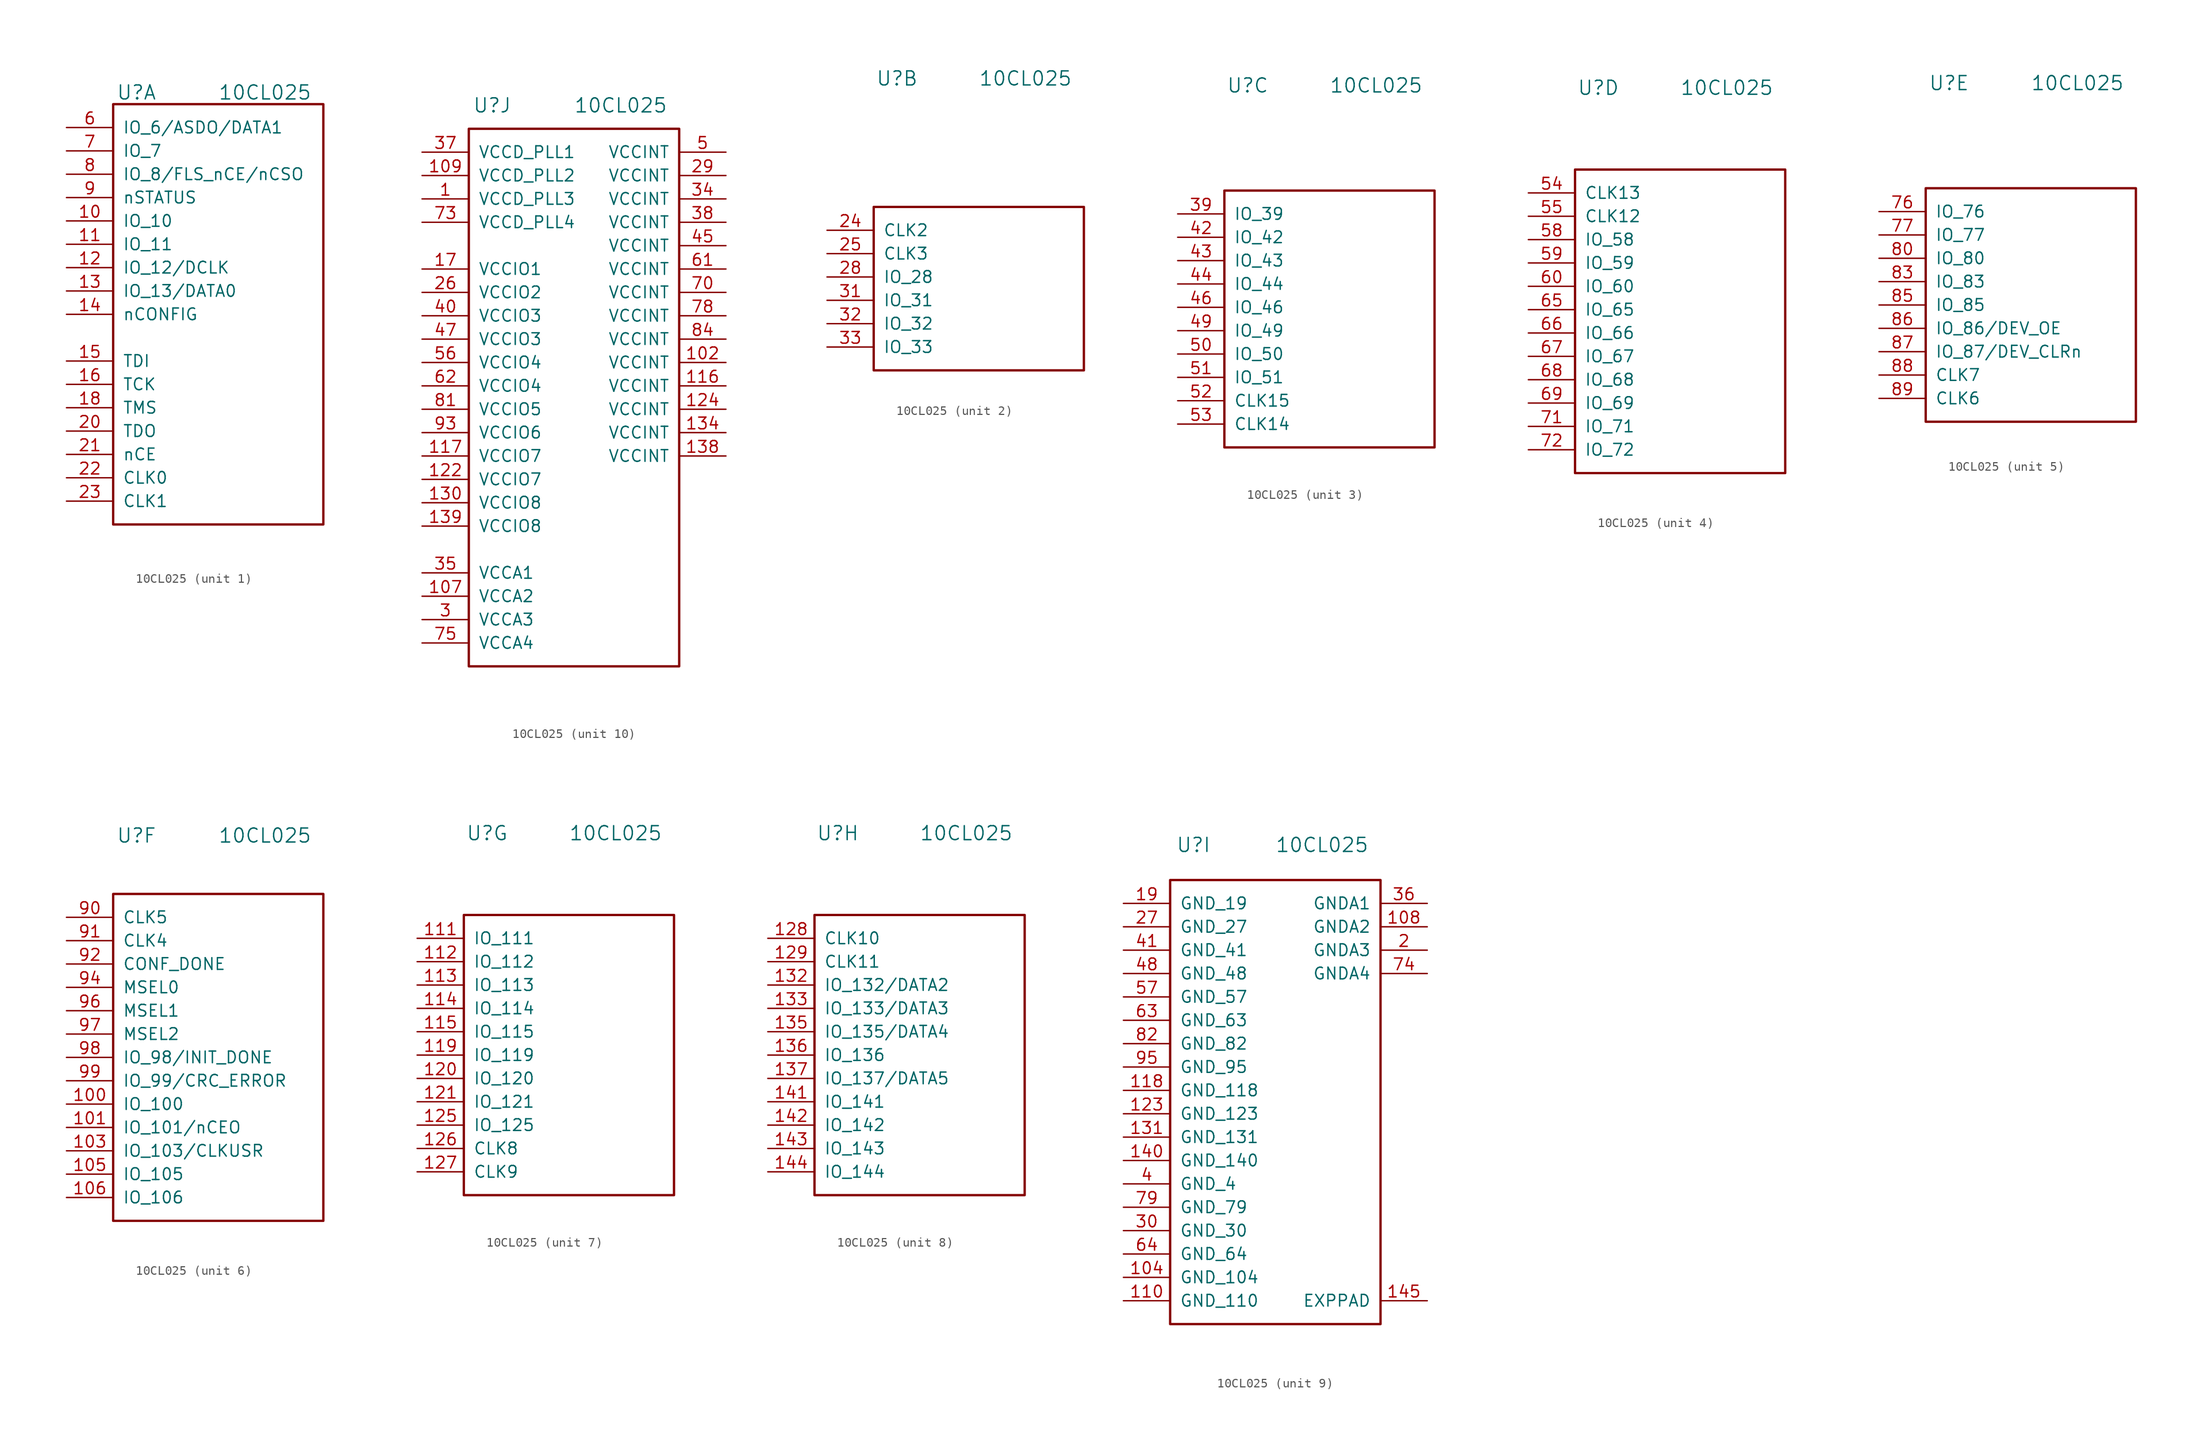
<source format=kicad_sym>
(kicad_symbol_lib
  (version 20211014)
  (generator kicad_symbol_editor)
  (symbol "10CL025"
    (pin_names
      (offset 1.016))
    (property "Reference" "U"
      (at -8.89 24.13 0)
      (effects (font (size 1.524 1.524))))
    (property "Value" "10CL025"
      (at 5.08 24.13 0)
      (effects (font (size 1.524 1.524))))
    (property "ki_locked" ""
      (at 0 0 0)
      (effects (font (size 1.27 1.27))))
    (symbol "10CL025_1_1"
      (rectangle (start -11.43 22.86) (end 11.43 -22.86) (stroke (width 0.254) (type default) (color 0 0 0 0)) (fill (type none)))
      (pin bidirectional line (at -16.51 10.16 0) (length 5.08) (name "IO_10" (effects (font (size 1.27 1.27)))) (number "10" (effects (font (size 1.27 1.27)))))
      (pin bidirectional line (at -16.51 7.62 0) (length 5.08) (name "IO_11" (effects (font (size 1.27 1.27)))) (number "11" (effects (font (size 1.27 1.27)))))
      (pin bidirectional line (at -16.51 5.08 0) (length 5.08) (name "IO_12/DCLK" (effects (font (size 1.27 1.27)))) (number "12" (effects (font (size 1.27 1.27)))))
      (pin bidirectional line (at -16.51 2.54 0) (length 5.08) (name "IO_13/DATA0" (effects (font (size 1.27 1.27)))) (number "13" (effects (font (size 1.27 1.27)))))
      (pin bidirectional line (at -16.51 0 0) (length 5.08) (name "nCONFIG" (effects (font (size 1.27 1.27)))) (number "14" (effects (font (size 1.27 1.27)))))
      (pin bidirectional line (at -16.51 -5.08 0) (length 5.08) (name "TDI" (effects (font (size 1.27 1.27)))) (number "15" (effects (font (size 1.27 1.27)))))
      (pin bidirectional line (at -16.51 -7.62 0) (length 5.08) (name "TCK" (effects (font (size 1.27 1.27)))) (number "16" (effects (font (size 1.27 1.27)))))
      (pin bidirectional line (at -16.51 -10.16 0) (length 5.08) (name "TMS" (effects (font (size 1.27 1.27)))) (number "18" (effects (font (size 1.27 1.27)))))
      (pin bidirectional line (at -16.51 -12.7 0) (length 5.08) (name "TDO" (effects (font (size 1.27 1.27)))) (number "20" (effects (font (size 1.27 1.27)))))
      (pin bidirectional line (at -16.51 -15.24 0) (length 5.08) (name "nCE" (effects (font (size 1.27 1.27)))) (number "21" (effects (font (size 1.27 1.27)))))
      (pin bidirectional line (at -16.51 -17.78 0) (length 5.08) (name "CLK0" (effects (font (size 1.27 1.27)))) (number "22" (effects (font (size 1.27 1.27)))))
      (pin bidirectional line (at -16.51 -20.32 0) (length 5.08) (name "CLK1" (effects (font (size 1.27 1.27)))) (number "23" (effects (font (size 1.27 1.27)))))
      (pin bidirectional line (at -16.51 20.32 0) (length 5.08) (name "IO_6/ASDO/DATA1" (effects (font (size 1.27 1.27)))) (number "6" (effects (font (size 1.27 1.27)))))
      (pin bidirectional line (at -16.51 17.78 0) (length 5.08) (name "IO_7" (effects (font (size 1.27 1.27)))) (number "7" (effects (font (size 1.27 1.27)))))
      (pin bidirectional line (at -16.51 15.24 0) (length 5.08) (name "IO_8/FLS_nCE/nCSO" (effects (font (size 1.27 1.27)))) (number "8" (effects (font (size 1.27 1.27)))))
      (pin bidirectional line (at -16.51 12.7 0) (length 5.08) (name "nSTATUS" (effects (font (size 1.27 1.27)))) (number "9" (effects (font (size 1.27 1.27))))))
    (symbol "10CL025_2_1"
      (rectangle (start -11.43 10.16) (end 11.43 -7.62) (stroke (width 0.254) (type default) (color 0 0 0 0)) (fill (type none)))
      (pin bidirectional line (at -16.51 7.62 0) (length 5.08) (name "CLK2" (effects (font (size 1.27 1.27)))) (number "24" (effects (font (size 1.27 1.27)))))
      (pin bidirectional line (at -16.51 5.08 0) (length 5.08) (name "CLK3" (effects (font (size 1.27 1.27)))) (number "25" (effects (font (size 1.27 1.27)))))
      (pin bidirectional line (at -16.51 2.54 0) (length 5.08) (name "IO_28" (effects (font (size 1.27 1.27)))) (number "28" (effects (font (size 1.27 1.27)))))
      (pin bidirectional line (at -16.51 0 0) (length 5.08) (name "IO_31" (effects (font (size 1.27 1.27)))) (number "31" (effects (font (size 1.27 1.27)))))
      (pin bidirectional line (at -16.51 -2.54 0) (length 5.08) (name "IO_32" (effects (font (size 1.27 1.27)))) (number "32" (effects (font (size 1.27 1.27)))))
      (pin bidirectional line (at -16.51 -5.08 0) (length 5.08) (name "IO_33" (effects (font (size 1.27 1.27)))) (number "33" (effects (font (size 1.27 1.27))))))
    (symbol "10CL025_3_1"
      (rectangle (start -11.43 12.7) (end 11.43 -15.24) (stroke (width 0.254) (type default) (color 0 0 0 0)) (fill (type none)))
      (pin bidirectional line (at -16.51 10.16 0) (length 5.08) (name "IO_39" (effects (font (size 1.27 1.27)))) (number "39" (effects (font (size 1.27 1.27)))))
      (pin bidirectional line (at -16.51 7.62 0) (length 5.08) (name "IO_42" (effects (font (size 1.27 1.27)))) (number "42" (effects (font (size 1.27 1.27)))))
      (pin bidirectional line (at -16.51 5.08 0) (length 5.08) (name "IO_43" (effects (font (size 1.27 1.27)))) (number "43" (effects (font (size 1.27 1.27)))))
      (pin bidirectional line (at -16.51 2.54 0) (length 5.08) (name "IO_44" (effects (font (size 1.27 1.27)))) (number "44" (effects (font (size 1.27 1.27)))))
      (pin bidirectional line (at -16.51 0 0) (length 5.08) (name "IO_46" (effects (font (size 1.27 1.27)))) (number "46" (effects (font (size 1.27 1.27)))))
      (pin bidirectional line (at -16.51 -2.54 0) (length 5.08) (name "IO_49" (effects (font (size 1.27 1.27)))) (number "49" (effects (font (size 1.27 1.27)))))
      (pin bidirectional line (at -16.51 -5.08 0) (length 5.08) (name "IO_50" (effects (font (size 1.27 1.27)))) (number "50" (effects (font (size 1.27 1.27)))))
      (pin bidirectional line (at -16.51 -7.62 0) (length 5.08) (name "IO_51" (effects (font (size 1.27 1.27)))) (number "51" (effects (font (size 1.27 1.27)))))
      (pin bidirectional line (at -16.51 -10.16 0) (length 5.08) (name "CLK15" (effects (font (size 1.27 1.27)))) (number "52" (effects (font (size 1.27 1.27)))))
      (pin bidirectional line (at -16.51 -12.7 0) (length 5.08) (name "CLK14" (effects (font (size 1.27 1.27)))) (number "53" (effects (font (size 1.27 1.27))))))
    (symbol "10CL025_4_1"
      (rectangle (start -11.43 15.24) (end 11.43 -17.78) (stroke (width 0.254) (type default) (color 0 0 0 0)) (fill (type none)))
      (pin bidirectional line (at -16.51 12.7 0) (length 5.08) (name "CLK13" (effects (font (size 1.27 1.27)))) (number "54" (effects (font (size 1.27 1.27)))))
      (pin bidirectional line (at -16.51 10.16 0) (length 5.08) (name "CLK12" (effects (font (size 1.27 1.27)))) (number "55" (effects (font (size 1.27 1.27)))))
      (pin bidirectional line (at -16.51 7.62 0) (length 5.08) (name "IO_58" (effects (font (size 1.27 1.27)))) (number "58" (effects (font (size 1.27 1.27)))))
      (pin bidirectional line (at -16.51 5.08 0) (length 5.08) (name "IO_59" (effects (font (size 1.27 1.27)))) (number "59" (effects (font (size 1.27 1.27)))))
      (pin bidirectional line (at -16.51 2.54 0) (length 5.08) (name "IO_60" (effects (font (size 1.27 1.27)))) (number "60" (effects (font (size 1.27 1.27)))))
      (pin bidirectional line (at -16.51 0 0) (length 5.08) (name "IO_65" (effects (font (size 1.27 1.27)))) (number "65" (effects (font (size 1.27 1.27)))))
      (pin bidirectional line (at -16.51 -2.54 0) (length 5.08) (name "IO_66" (effects (font (size 1.27 1.27)))) (number "66" (effects (font (size 1.27 1.27)))))
      (pin bidirectional line (at -16.51 -5.08 0) (length 5.08) (name "IO_67" (effects (font (size 1.27 1.27)))) (number "67" (effects (font (size 1.27 1.27)))))
      (pin bidirectional line (at -16.51 -7.62 0) (length 5.08) (name "IO_68" (effects (font (size 1.27 1.27)))) (number "68" (effects (font (size 1.27 1.27)))))
      (pin bidirectional line (at -16.51 -10.16 0) (length 5.08) (name "IO_69" (effects (font (size 1.27 1.27)))) (number "69" (effects (font (size 1.27 1.27)))))
      (pin bidirectional line (at -16.51 -12.7 0) (length 5.08) (name "IO_71" (effects (font (size 1.27 1.27)))) (number "71" (effects (font (size 1.27 1.27)))))
      (pin bidirectional line (at -16.51 -15.24 0) (length 5.08) (name "IO_72" (effects (font (size 1.27 1.27)))) (number "72" (effects (font (size 1.27 1.27))))))
    (symbol "10CL025_5_1"
      (rectangle (start -11.43 12.7) (end 11.43 -12.7) (stroke (width 0.254) (type default) (color 0 0 0 0)) (fill (type none)))
      (pin bidirectional line (at -16.51 10.16 0) (length 5.08) (name "IO_76" (effects (font (size 1.27 1.27)))) (number "76" (effects (font (size 1.27 1.27)))))
      (pin bidirectional line (at -16.51 7.62 0) (length 5.08) (name "IO_77" (effects (font (size 1.27 1.27)))) (number "77" (effects (font (size 1.27 1.27)))))
      (pin bidirectional line (at -16.51 5.08 0) (length 5.08) (name "IO_80" (effects (font (size 1.27 1.27)))) (number "80" (effects (font (size 1.27 1.27)))))
      (pin bidirectional line (at -16.51 2.54 0) (length 5.08) (name "IO_83" (effects (font (size 1.27 1.27)))) (number "83" (effects (font (size 1.27 1.27)))))
      (pin bidirectional line (at -16.51 0 0) (length 5.08) (name "IO_85" (effects (font (size 1.27 1.27)))) (number "85" (effects (font (size 1.27 1.27)))))
      (pin bidirectional line (at -16.51 -2.54 0) (length 5.08) (name "IO_86/DEV_OE" (effects (font (size 1.27 1.27)))) (number "86" (effects (font (size 1.27 1.27)))))
      (pin bidirectional line (at -16.51 -5.08 0) (length 5.08) (name "IO_87/DEV_CLRn" (effects (font (size 1.27 1.27)))) (number "87" (effects (font (size 1.27 1.27)))))
      (pin bidirectional line (at -16.51 -7.62 0) (length 5.08) (name "CLK7" (effects (font (size 1.27 1.27)))) (number "88" (effects (font (size 1.27 1.27)))))
      (pin bidirectional line (at -16.51 -10.16 0) (length 5.08) (name "CLK6" (effects (font (size 1.27 1.27)))) (number "89" (effects (font (size 1.27 1.27))))))
    (symbol "10CL025_6_1"
      (rectangle (start -11.43 17.78) (end 11.43 -17.78) (stroke (width 0.254) (type default) (color 0 0 0 0)) (fill (type none)))
      (pin bidirectional line (at -16.51 -5.08 0) (length 5.08) (name "IO_100" (effects (font (size 1.27 1.27)))) (number "100" (effects (font (size 1.27 1.27)))))
      (pin bidirectional line (at -16.51 -7.62 0) (length 5.08) (name "IO_101/nCEO" (effects (font (size 1.27 1.27)))) (number "101" (effects (font (size 1.27 1.27)))))
      (pin bidirectional line (at -16.51 -10.16 0) (length 5.08) (name "IO_103/CLKUSR" (effects (font (size 1.27 1.27)))) (number "103" (effects (font (size 1.27 1.27)))))
      (pin bidirectional line (at -16.51 -12.7 0) (length 5.08) (name "IO_105" (effects (font (size 1.27 1.27)))) (number "105" (effects (font (size 1.27 1.27)))))
      (pin bidirectional line (at -16.51 -15.24 0) (length 5.08) (name "IO_106" (effects (font (size 1.27 1.27)))) (number "106" (effects (font (size 1.27 1.27)))))
      (pin bidirectional line (at -16.51 15.24 0) (length 5.08) (name "CLK5" (effects (font (size 1.27 1.27)))) (number "90" (effects (font (size 1.27 1.27)))))
      (pin bidirectional line (at -16.51 12.7 0) (length 5.08) (name "CLK4" (effects (font (size 1.27 1.27)))) (number "91" (effects (font (size 1.27 1.27)))))
      (pin bidirectional line (at -16.51 10.16 0) (length 5.08) (name "CONF_DONE" (effects (font (size 1.27 1.27)))) (number "92" (effects (font (size 1.27 1.27)))))
      (pin bidirectional line (at -16.51 7.62 0) (length 5.08) (name "MSEL0" (effects (font (size 1.27 1.27)))) (number "94" (effects (font (size 1.27 1.27)))))
      (pin bidirectional line (at -16.51 5.08 0) (length 5.08) (name "MSEL1" (effects (font (size 1.27 1.27)))) (number "96" (effects (font (size 1.27 1.27)))))
      (pin bidirectional line (at -16.51 2.54 0) (length 5.08) (name "MSEL2" (effects (font (size 1.27 1.27)))) (number "97" (effects (font (size 1.27 1.27)))))
      (pin bidirectional line (at -16.51 0 0) (length 5.08) (name "IO_98/INIT_DONE" (effects (font (size 1.27 1.27)))) (number "98" (effects (font (size 1.27 1.27)))))
      (pin bidirectional line (at -16.51 -2.54 0) (length 5.08) (name "IO_99/CRC_ERROR" (effects (font (size 1.27 1.27)))) (number "99" (effects (font (size 1.27 1.27))))))
    (symbol "10CL025_7_1"
      (rectangle (start -11.43 15.24) (end 11.43 -15.24) (stroke (width 0.254) (type default) (color 0 0 0 0)) (fill (type none)))
      (pin bidirectional line (at -16.51 12.7 0) (length 5.08) (name "IO_111" (effects (font (size 1.27 1.27)))) (number "111" (effects (font (size 1.27 1.27)))))
      (pin bidirectional line (at -16.51 10.16 0) (length 5.08) (name "IO_112" (effects (font (size 1.27 1.27)))) (number "112" (effects (font (size 1.27 1.27)))))
      (pin bidirectional line (at -16.51 7.62 0) (length 5.08) (name "IO_113" (effects (font (size 1.27 1.27)))) (number "113" (effects (font (size 1.27 1.27)))))
      (pin bidirectional line (at -16.51 5.08 0) (length 5.08) (name "IO_114" (effects (font (size 1.27 1.27)))) (number "114" (effects (font (size 1.27 1.27)))))
      (pin bidirectional line (at -16.51 2.54 0) (length 5.08) (name "IO_115" (effects (font (size 1.27 1.27)))) (number "115" (effects (font (size 1.27 1.27)))))
      (pin bidirectional line (at -16.51 0 0) (length 5.08) (name "IO_119" (effects (font (size 1.27 1.27)))) (number "119" (effects (font (size 1.27 1.27)))))
      (pin bidirectional line (at -16.51 -2.54 0) (length 5.08) (name "IO_120" (effects (font (size 1.27 1.27)))) (number "120" (effects (font (size 1.27 1.27)))))
      (pin bidirectional line (at -16.51 -5.08 0) (length 5.08) (name "IO_121" (effects (font (size 1.27 1.27)))) (number "121" (effects (font (size 1.27 1.27)))))
      (pin bidirectional line (at -16.51 -7.62 0) (length 5.08) (name "IO_125" (effects (font (size 1.27 1.27)))) (number "125" (effects (font (size 1.27 1.27)))))
      (pin bidirectional line (at -16.51 -10.16 0) (length 5.08) (name "CLK8" (effects (font (size 1.27 1.27)))) (number "126" (effects (font (size 1.27 1.27)))))
      (pin bidirectional line (at -16.51 -12.7 0) (length 5.08) (name "CLK9" (effects (font (size 1.27 1.27)))) (number "127" (effects (font (size 1.27 1.27))))))
    (symbol "10CL025_8_1"
      (rectangle (start -11.43 15.24) (end 11.43 -15.24) (stroke (width 0.254) (type default) (color 0 0 0 0)) (fill (type none)))
      (pin bidirectional line (at -16.51 12.7 0) (length 5.08) (name "CLK10" (effects (font (size 1.27 1.27)))) (number "128" (effects (font (size 1.27 1.27)))))
      (pin bidirectional line (at -16.51 10.16 0) (length 5.08) (name "CLK11" (effects (font (size 1.27 1.27)))) (number "129" (effects (font (size 1.27 1.27)))))
      (pin bidirectional line (at -16.51 7.62 0) (length 5.08) (name "IO_132/DATA2" (effects (font (size 1.27 1.27)))) (number "132" (effects (font (size 1.27 1.27)))))
      (pin bidirectional line (at -16.51 5.08 0) (length 5.08) (name "IO_133/DATA3" (effects (font (size 1.27 1.27)))) (number "133" (effects (font (size 1.27 1.27)))))
      (pin bidirectional line (at -16.51 2.54 0) (length 5.08) (name "IO_135/DATA4" (effects (font (size 1.27 1.27)))) (number "135" (effects (font (size 1.27 1.27)))))
      (pin bidirectional line (at -16.51 0 0) (length 5.08) (name "IO_136" (effects (font (size 1.27 1.27)))) (number "136" (effects (font (size 1.27 1.27)))))
      (pin bidirectional line (at -16.51 -2.54 0) (length 5.08) (name "IO_137/DATA5" (effects (font (size 1.27 1.27)))) (number "137" (effects (font (size 1.27 1.27)))))
      (pin bidirectional line (at -16.51 -5.08 0) (length 5.08) (name "IO_141" (effects (font (size 1.27 1.27)))) (number "141" (effects (font (size 1.27 1.27)))))
      (pin bidirectional line (at -16.51 -7.62 0) (length 5.08) (name "IO_142" (effects (font (size 1.27 1.27)))) (number "142" (effects (font (size 1.27 1.27)))))
      (pin bidirectional line (at -16.51 -10.16 0) (length 5.08) (name "IO_143" (effects (font (size 1.27 1.27)))) (number "143" (effects (font (size 1.27 1.27)))))
      (pin bidirectional line (at -16.51 -12.7 0) (length 5.08) (name "IO_144" (effects (font (size 1.27 1.27)))) (number "144" (effects (font (size 1.27 1.27))))))
    (symbol "10CL025_9_1"
      (rectangle (start -11.43 20.32) (end 11.43 -27.94) (stroke (width 0.254) (type default) (color 0 0 0 0)) (fill (type none)))
      (pin bidirectional line (at -16.51 -22.86 0) (length 5.08) (name "GND_104" (effects (font (size 1.27 1.27)))) (number "104" (effects (font (size 1.27 1.27)))))
      (pin bidirectional line (at 16.51 15.24 180) (length 5.08) (name "GNDA2" (effects (font (size 1.27 1.27)))) (number "108" (effects (font (size 1.27 1.27)))))
      (pin bidirectional line (at -16.51 -25.4 0) (length 5.08) (name "GND_110" (effects (font (size 1.27 1.27)))) (number "110" (effects (font (size 1.27 1.27)))))
      (pin bidirectional line (at -16.51 -2.54 0) (length 5.08) (name "GND_118" (effects (font (size 1.27 1.27)))) (number "118" (effects (font (size 1.27 1.27)))))
      (pin bidirectional line (at -16.51 -5.08 0) (length 5.08) (name "GND_123" (effects (font (size 1.27 1.27)))) (number "123" (effects (font (size 1.27 1.27)))))
      (pin bidirectional line (at -16.51 -7.62 0) (length 5.08) (name "GND_131" (effects (font (size 1.27 1.27)))) (number "131" (effects (font (size 1.27 1.27)))))
      (pin bidirectional line (at -16.51 -10.16 0) (length 5.08) (name "GND_140" (effects (font (size 1.27 1.27)))) (number "140" (effects (font (size 1.27 1.27)))))
      (pin bidirectional line (at 16.51 -25.4 180) (length 5.08) (name "EXPPAD" (effects (font (size 1.27 1.27)))) (number "145" (effects (font (size 1.27 1.27)))))
      (pin bidirectional line (at -16.51 17.78 0) (length 5.08) (name "GND_19" (effects (font (size 1.27 1.27)))) (number "19" (effects (font (size 1.27 1.27)))))
      (pin bidirectional line (at 16.51 12.7 180) (length 5.08) (name "GNDA3" (effects (font (size 1.27 1.27)))) (number "2" (effects (font (size 1.27 1.27)))))
      (pin bidirectional line (at -16.51 15.24 0) (length 5.08) (name "GND_27" (effects (font (size 1.27 1.27)))) (number "27" (effects (font (size 1.27 1.27)))))
      (pin bidirectional line (at -16.51 -17.78 0) (length 5.08) (name "GND_30" (effects (font (size 1.27 1.27)))) (number "30" (effects (font (size 1.27 1.27)))))
      (pin bidirectional line (at 16.51 17.78 180) (length 5.08) (name "GNDA1" (effects (font (size 1.27 1.27)))) (number "36" (effects (font (size 1.27 1.27)))))
      (pin bidirectional line (at -16.51 -12.7 0) (length 5.08) (name "GND_4" (effects (font (size 1.27 1.27)))) (number "4" (effects (font (size 1.27 1.27)))))
      (pin bidirectional line (at -16.51 12.7 0) (length 5.08) (name "GND_41" (effects (font (size 1.27 1.27)))) (number "41" (effects (font (size 1.27 1.27)))))
      (pin bidirectional line (at -16.51 10.16 0) (length 5.08) (name "GND_48" (effects (font (size 1.27 1.27)))) (number "48" (effects (font (size 1.27 1.27)))))
      (pin bidirectional line (at -16.51 7.62 0) (length 5.08) (name "GND_57" (effects (font (size 1.27 1.27)))) (number "57" (effects (font (size 1.27 1.27)))))
      (pin bidirectional line (at -16.51 5.08 0) (length 5.08) (name "GND_63" (effects (font (size 1.27 1.27)))) (number "63" (effects (font (size 1.27 1.27)))))
      (pin bidirectional line (at -16.51 -20.32 0) (length 5.08) (name "GND_64" (effects (font (size 1.27 1.27)))) (number "64" (effects (font (size 1.27 1.27)))))
      (pin bidirectional line (at 16.51 10.16 180) (length 5.08) (name "GNDA4" (effects (font (size 1.27 1.27)))) (number "74" (effects (font (size 1.27 1.27)))))
      (pin bidirectional line (at -16.51 -15.24 0) (length 5.08) (name "GND_79" (effects (font (size 1.27 1.27)))) (number "79" (effects (font (size 1.27 1.27)))))
      (pin bidirectional line (at -16.51 2.54 0) (length 5.08) (name "GND_82" (effects (font (size 1.27 1.27)))) (number "82" (effects (font (size 1.27 1.27)))))
      (pin bidirectional line (at -16.51 0 0) (length 5.08) (name "GND_95" (effects (font (size 1.27 1.27)))) (number "95" (effects (font (size 1.27 1.27))))))
    (symbol "10CL025_10_1"
      (rectangle (start -11.43 21.59) (end 11.43 -36.83) (stroke (width 0.254) (type default) (color 0 0 0 0)) (fill (type none)))
      (pin bidirectional line (at -16.51 13.97 0) (length 5.08) (name "VCCD_PLL3" (effects (font (size 1.27 1.27)))) (number "1" (effects (font (size 1.27 1.27)))))
      (pin bidirectional line (at 16.51 -3.81 180) (length 5.08) (name "VCCINT" (effects (font (size 1.27 1.27)))) (number "102" (effects (font (size 1.27 1.27)))))
      (pin bidirectional line (at -16.51 -29.21 0) (length 5.08) (name "VCCA2" (effects (font (size 1.27 1.27)))) (number "107" (effects (font (size 1.27 1.27)))))
      (pin bidirectional line (at -16.51 16.51 0) (length 5.08) (name "VCCD_PLL2" (effects (font (size 1.27 1.27)))) (number "109" (effects (font (size 1.27 1.27)))))
      (pin bidirectional line (at 16.51 -6.35 180) (length 5.08) (name "VCCINT" (effects (font (size 1.27 1.27)))) (number "116" (effects (font (size 1.27 1.27)))))
      (pin bidirectional line (at -16.51 -13.97 0) (length 5.08) (name "VCCIO7" (effects (font (size 1.27 1.27)))) (number "117" (effects (font (size 1.27 1.27)))))
      (pin bidirectional line (at -16.51 -16.51 0) (length 5.08) (name "VCCIO7" (effects (font (size 1.27 1.27)))) (number "122" (effects (font (size 1.27 1.27)))))
      (pin bidirectional line (at 16.51 -8.89 180) (length 5.08) (name "VCCINT" (effects (font (size 1.27 1.27)))) (number "124" (effects (font (size 1.27 1.27)))))
      (pin bidirectional line (at -16.51 -19.05 0) (length 5.08) (name "VCCIO8" (effects (font (size 1.27 1.27)))) (number "130" (effects (font (size 1.27 1.27)))))
      (pin bidirectional line (at 16.51 -11.43 180) (length 5.08) (name "VCCINT" (effects (font (size 1.27 1.27)))) (number "134" (effects (font (size 1.27 1.27)))))
      (pin bidirectional line (at 16.51 -13.97 180) (length 5.08) (name "VCCINT" (effects (font (size 1.27 1.27)))) (number "138" (effects (font (size 1.27 1.27)))))
      (pin bidirectional line (at -16.51 -21.59 0) (length 5.08) (name "VCCIO8" (effects (font (size 1.27 1.27)))) (number "139" (effects (font (size 1.27 1.27)))))
      (pin bidirectional line (at -16.51 6.35 0) (length 5.08) (name "VCCIO1" (effects (font (size 1.27 1.27)))) (number "17" (effects (font (size 1.27 1.27)))))
      (pin bidirectional line (at -16.51 3.81 0) (length 5.08) (name "VCCIO2" (effects (font (size 1.27 1.27)))) (number "26" (effects (font (size 1.27 1.27)))))
      (pin bidirectional line (at 16.51 16.51 180) (length 5.08) (name "VCCINT" (effects (font (size 1.27 1.27)))) (number "29" (effects (font (size 1.27 1.27)))))
      (pin bidirectional line (at -16.51 -31.75 0) (length 5.08) (name "VCCA3" (effects (font (size 1.27 1.27)))) (number "3" (effects (font (size 1.27 1.27)))))
      (pin bidirectional line (at 16.51 13.97 180) (length 5.08) (name "VCCINT" (effects (font (size 1.27 1.27)))) (number "34" (effects (font (size 1.27 1.27)))))
      (pin bidirectional line (at -16.51 -26.67 0) (length 5.08) (name "VCCA1" (effects (font (size 1.27 1.27)))) (number "35" (effects (font (size 1.27 1.27)))))
      (pin bidirectional line (at -16.51 19.05 0) (length 5.08) (name "VCCD_PLL1" (effects (font (size 1.27 1.27)))) (number "37" (effects (font (size 1.27 1.27)))))
      (pin bidirectional line (at 16.51 11.43 180) (length 5.08) (name "VCCINT" (effects (font (size 1.27 1.27)))) (number "38" (effects (font (size 1.27 1.27)))))
      (pin bidirectional line (at -16.51 1.27 0) (length 5.08) (name "VCCIO3" (effects (font (size 1.27 1.27)))) (number "40" (effects (font (size 1.27 1.27)))))
      (pin bidirectional line (at 16.51 8.89 180) (length 5.08) (name "VCCINT" (effects (font (size 1.27 1.27)))) (number "45" (effects (font (size 1.27 1.27)))))
      (pin bidirectional line (at -16.51 -1.27 0) (length 5.08) (name "VCCIO3" (effects (font (size 1.27 1.27)))) (number "47" (effects (font (size 1.27 1.27)))))
      (pin bidirectional line (at 16.51 19.05 180) (length 5.08) (name "VCCINT" (effects (font (size 1.27 1.27)))) (number "5" (effects (font (size 1.27 1.27)))))
      (pin bidirectional line (at -16.51 -3.81 0) (length 5.08) (name "VCCIO4" (effects (font (size 1.27 1.27)))) (number "56" (effects (font (size 1.27 1.27)))))
      (pin bidirectional line (at 16.51 6.35 180) (length 5.08) (name "VCCINT" (effects (font (size 1.27 1.27)))) (number "61" (effects (font (size 1.27 1.27)))))
      (pin bidirectional line (at -16.51 -6.35 0) (length 5.08) (name "VCCIO4" (effects (font (size 1.27 1.27)))) (number "62" (effects (font (size 1.27 1.27)))))
      (pin bidirectional line (at 16.51 3.81 180) (length 5.08) (name "VCCINT" (effects (font (size 1.27 1.27)))) (number "70" (effects (font (size 1.27 1.27)))))
      (pin bidirectional line (at -16.51 11.43 0) (length 5.08) (name "VCCD_PLL4" (effects (font (size 1.27 1.27)))) (number "73" (effects (font (size 1.27 1.27)))))
      (pin bidirectional line (at -16.51 -34.29 0) (length 5.08) (name "VCCA4" (effects (font (size 1.27 1.27)))) (number "75" (effects (font (size 1.27 1.27)))))
      (pin bidirectional line (at 16.51 1.27 180) (length 5.08) (name "VCCINT" (effects (font (size 1.27 1.27)))) (number "78" (effects (font (size 1.27 1.27)))))
      (pin bidirectional line (at -16.51 -8.89 0) (length 5.08) (name "VCCIO5" (effects (font (size 1.27 1.27)))) (number "81" (effects (font (size 1.27 1.27)))))
      (pin bidirectional line (at 16.51 -1.27 180) (length 5.08) (name "VCCINT" (effects (font (size 1.27 1.27)))) (number "84" (effects (font (size 1.27 1.27)))))
      (pin bidirectional line (at -16.51 -11.43 0) (length 5.08) (name "VCCIO6" (effects (font (size 1.27 1.27)))) (number "93" (effects (font (size 1.27 1.27))))))))
</source>
